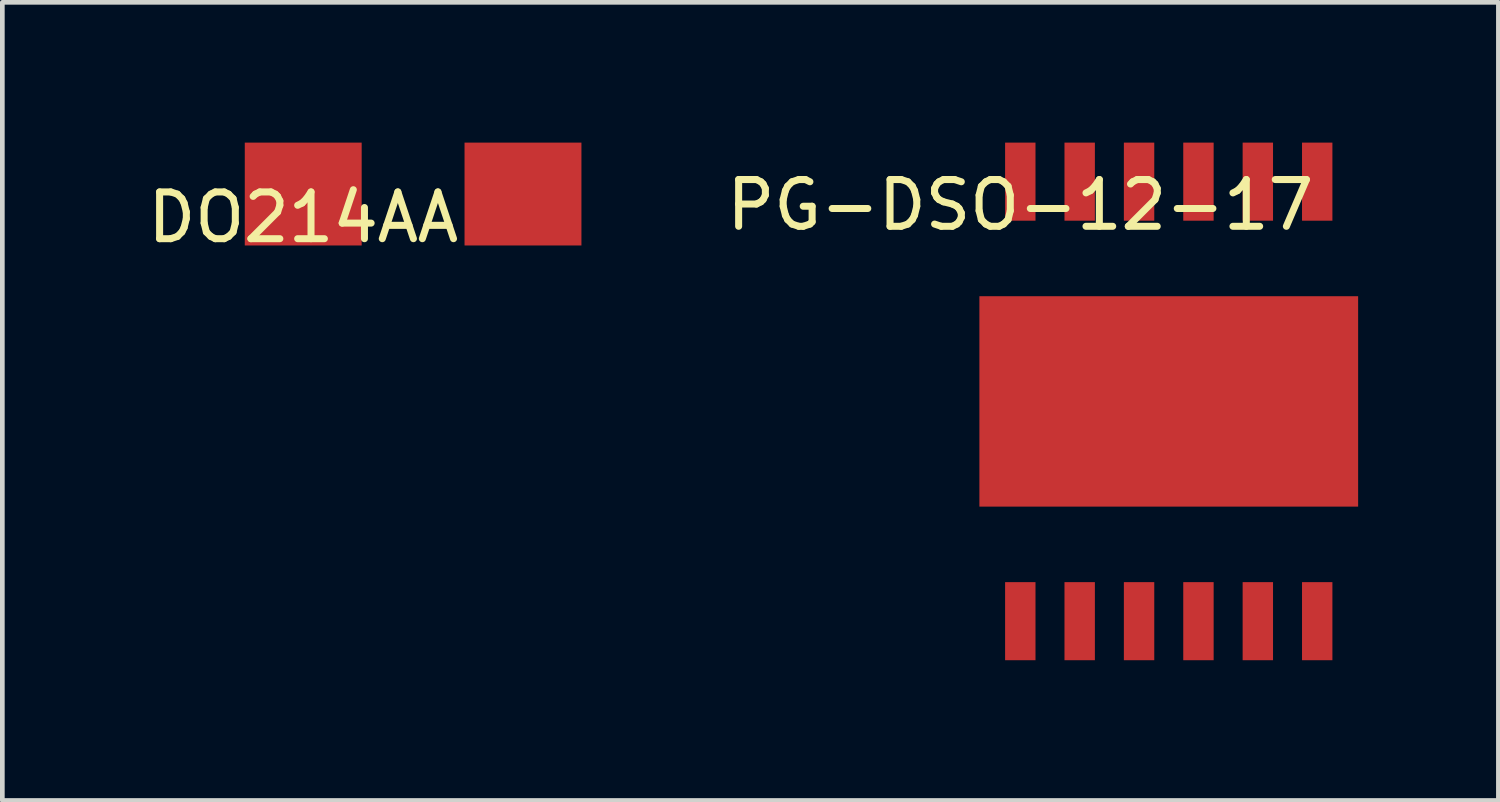
<source format=kicad_pcb>
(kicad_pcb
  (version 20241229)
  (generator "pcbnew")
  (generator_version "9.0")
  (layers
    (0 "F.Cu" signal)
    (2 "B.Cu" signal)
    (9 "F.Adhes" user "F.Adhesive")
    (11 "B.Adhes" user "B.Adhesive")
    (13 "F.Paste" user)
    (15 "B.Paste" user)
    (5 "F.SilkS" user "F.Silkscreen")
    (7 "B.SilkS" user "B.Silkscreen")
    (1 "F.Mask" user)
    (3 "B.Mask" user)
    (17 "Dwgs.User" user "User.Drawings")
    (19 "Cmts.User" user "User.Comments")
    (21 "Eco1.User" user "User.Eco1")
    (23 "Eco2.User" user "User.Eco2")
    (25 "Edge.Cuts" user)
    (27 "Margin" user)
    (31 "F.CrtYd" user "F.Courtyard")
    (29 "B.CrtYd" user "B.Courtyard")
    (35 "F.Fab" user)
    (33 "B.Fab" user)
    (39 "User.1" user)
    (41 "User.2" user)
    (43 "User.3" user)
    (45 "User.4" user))
  (footprint "PG-DSO-12-17"
    (layer "F.Cu")
    (at 18.771 0.835)
    (property "Reference" "PG-DSO-12-17" (at 0 0.5 0) (layer "F.SilkS") (effects (font (size 1 1) (thickness 0.15))))
    (attr through_hole)
    (pad "1" smd rect (at 0 0) (size 0.65 1.67) (layers "F.Cu" "F.Mask" "F.Paste"))
    (pad "2" smd rect (at 1.27 0) (size 0.65 1.67) (layers "F.Cu" "F.Mask" "F.Paste"))
    (pad "3" smd rect (at 2.54 0) (size 0.65 1.67) (layers "F.Cu" "F.Mask" "F.Paste"))
    (pad "4" smd rect (at 3.81 0) (size 0.65 1.67) (layers "F.Cu" "F.Mask" "F.Paste"))
    (pad "5" smd rect (at 5.08 0) (size 0.65 1.67) (layers "F.Cu" "F.Mask" "F.Paste"))
    (pad "6" smd rect (at 6.35 0) (size 0.65 1.67) (layers "F.Cu" "F.Mask" "F.Paste"))
    (pad "7" smd rect (at 0 9.4) (size 0.65 1.67) (layers "F.Cu" "F.Mask" "F.Paste"))
    (pad "8" smd rect (at 1.27 9.4) (size 0.65 1.67) (layers "F.Cu" "F.Mask" "F.Paste"))
    (pad "9" smd rect (at 2.54 9.4) (size 0.65 1.67) (layers "F.Cu" "F.Mask" "F.Paste"))
    (pad "10" smd rect (at 3.81 9.4) (size 0.65 1.67) (layers "F.Cu" "F.Mask" "F.Paste"))
    (pad "11" smd rect (at 5.08 9.4) (size 0.65 1.67) (layers "F.Cu" "F.Mask" "F.Paste"))
    (pad "12" smd rect (at 6.35 9.4) (size 0.65 1.67) (layers "F.Cu" "F.Mask" "F.Paste"))
    (pad "13" smd rect (at 3.175 4.7) (size 8.1 4.5) (layers "F.Cu" "F.Mask" "F.Paste")))
  (footprint "DO214AA"
    (layer "F.Cu")
    (at 3.435 1.1)
    (property "Reference" "DO214AA" (at 0 0.5 0) (layer "F.SilkS") (effects (font (size 1 1) (thickness 0.15))))
    (attr through_hole)
    (pad "1" smd rect (at 0 0) (size 2.5 2.2) (layers "F.Cu" "F.Mask" "F.Paste"))
    (pad "2" smd rect (at 4.7 0) (size 2.5 2.2) (layers "F.Cu" "F.Mask" "F.Paste")))
  (gr_rect
    (start -3 -3)
    (end 28.996 14.07)
    (stroke (width 0.1) (type default))
    (fill no)
    (layer "Edge.Cuts")))
</source>
